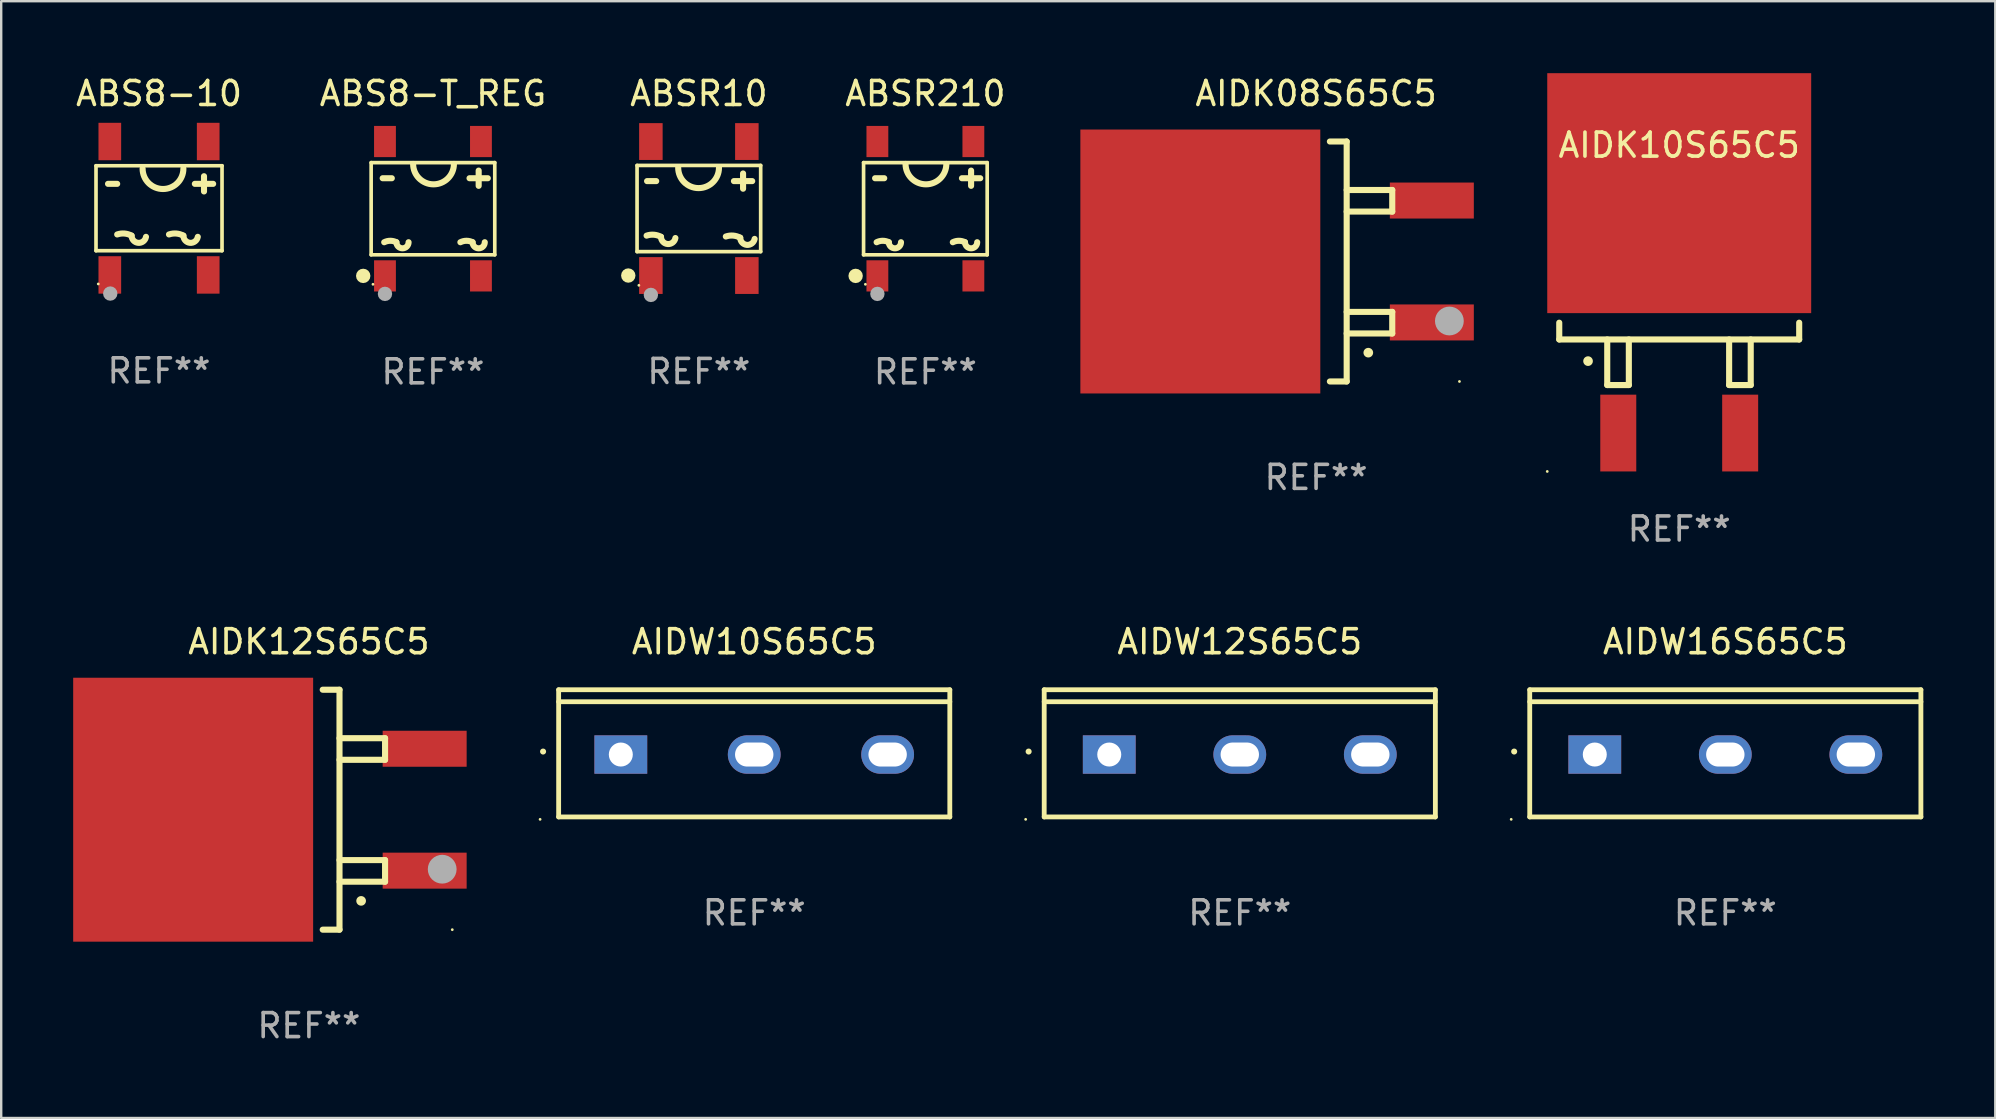
<source format=kicad_pcb>
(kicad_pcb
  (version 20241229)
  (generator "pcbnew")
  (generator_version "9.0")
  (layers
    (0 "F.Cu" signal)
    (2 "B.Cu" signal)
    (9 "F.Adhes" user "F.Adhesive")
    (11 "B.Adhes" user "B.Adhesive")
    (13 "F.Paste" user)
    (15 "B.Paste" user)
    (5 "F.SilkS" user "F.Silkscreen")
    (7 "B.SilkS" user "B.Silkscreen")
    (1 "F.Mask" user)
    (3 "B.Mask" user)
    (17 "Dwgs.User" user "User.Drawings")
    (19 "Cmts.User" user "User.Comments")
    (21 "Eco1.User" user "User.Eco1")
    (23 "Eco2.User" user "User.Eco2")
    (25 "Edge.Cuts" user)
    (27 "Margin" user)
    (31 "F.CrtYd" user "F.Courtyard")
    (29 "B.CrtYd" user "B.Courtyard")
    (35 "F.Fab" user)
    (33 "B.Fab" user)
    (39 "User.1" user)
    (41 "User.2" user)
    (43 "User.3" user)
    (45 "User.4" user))
  (footprint "AIDW12S65C5"
    (layer "F.Cu")
    (at 48.619 28.346)
    (property "Reference" "AIDW12S65C5" (at 0 -4.65 0) (layer "F.SilkS") (effects (font (size 1 1) (thickness 0.15))))
    (attr through_hole)
    (fp_line (start -8.151 -2.65) (end -8.151 2.65) (stroke (width 0.201) (type solid)) (layer "F.SilkS"))
    (fp_line (start 8.151 -2.65) (end -8.151 -2.65) (stroke (width 0.201) (type solid)) (layer "F.SilkS"))
    (fp_line (start 8.151 -2.15) (end -8.151 -2.15) (stroke (width 0.201) (type solid)) (layer "F.SilkS"))
    (fp_line (start 8.151 2.65) (end -8.151 2.65) (stroke (width 0.201) (type solid)) (layer "F.SilkS"))
    (fp_line (start 8.151 2.65) (end 8.151 -2.65) (stroke (width 0.201) (type solid)) (layer "F.SilkS"))
    (fp_arc (start -8.801118 -0.074943) (mid -8.799848 -0.074949) (end -8.798578 -0.074943) (stroke (width 0.24892) (type solid)) (layer "F.SilkS"))
    (fp_circle (center -8.924 2.751) (end -8.894 2.751) (stroke (width 0.06) (type solid)) (fill no) (layer "F.SilkS"))
    (fp_text user "REF**" (at 0 6.65 0) (layer "F.Fab") (effects (font (size 1 1) (thickness 0.15))))
    (pad "1" thru_hole rect (at -5.44 0.05 90) (size 1.6 2.2) (drill 1) (layers "*.Cu" "*.Mask"))
    (pad "2" thru_hole oval (at 0 0.05 90) (size 1.6 2.2) (drill oval 1 1.6) (layers "*.Cu" "*.Mask"))
    (pad "3" thru_hole oval (at 5.44 0.05 90) (size 1.6 2.2) (drill oval 1 1.6) (layers "*.Cu" "*.Mask")))
  (footprint "ABSR10"
    (layer "F.Cu")
    (at 26.076 5.641)
    (property "Reference" "ABSR10" (at 0 -4.792 0) (layer "F.SilkS") (effects (font (size 1 1) (thickness 0.15))))
    (attr through_hole)
    (fp_line (start -2.576 -1.796) (end 2.576 -1.796) (stroke (width 0.152) (type solid)) (layer "F.SilkS"))
    (fp_line (start -2.576 1.796) (end -2.576 -1.796) (stroke (width 0.152) (type solid)) (layer "F.SilkS"))
    (fp_line (start -2.159 -1.143) (end -1.778 -1.143) (stroke (width 0.254) (type solid)) (layer "F.SilkS"))
    (fp_line (start 1.461 -1.143) (end 2.223 -1.143) (stroke (width 0.254) (type solid)) (layer "F.SilkS"))
    (fp_line (start 1.842 -1.461) (end 1.842 -0.826) (stroke (width 0.254) (type solid)) (layer "F.SilkS"))
    (fp_line (start 2.576 -1.796) (end 2.576 1.796) (stroke (width 0.152) (type solid)) (layer "F.SilkS"))
    (fp_line (start 2.576 1.796) (end -2.576 1.796) (stroke (width 0.152) (type solid)) (layer "F.SilkS"))
    (fp_arc (start -2.178512 1.129235) (mid -1.873206 1.091274) (end -1.57841 1.179298) (stroke (width 0.254001) (type solid)) (layer "F.SilkS"))
    (fp_arc (start -0.978435 1.229286) (mid -1.301335 1.479299) (end -1.578411 1.179299) (stroke (width 0.254001) (type solid)) (layer "F.SilkS"))
    (fp_arc (start 0.838202 -1.701803) (mid -0.011824 -0.851917) (end -0.86185 -1.701804) (stroke (width 0.254001) (type solid)) (layer "F.SilkS"))
    (fp_arc (start 1.12347 1.165507) (mid 1.428776 1.127546) (end 1.723571 1.21557) (stroke (width 0.254001) (type solid)) (layer "F.SilkS"))
    (fp_arc (start 2.323546 1.265558) (mid 2.000646 1.515571) (end 1.72357 1.215571) (stroke (width 0.254001) (type solid)) (layer "F.SilkS"))
    (fp_circle (center -2.942 2.792) (end -2.792 2.792) (stroke (width 0.3) (type solid)) (fill no) (layer "F.SilkS"))
    (fp_circle (center -2.5 3.2) (end -2.47 3.2) (stroke (width 0.06) (type solid)) (fill no) (layer "F.SilkS"))
    (fp_circle (center -2 3.6) (end -1.85 3.6) (stroke (width 0.3) (type solid)) (fill no) (layer "F.Fab"))
    (fp_text user "REF**" (at 0 6.792 0) (layer "F.Fab") (effects (font (size 1 1) (thickness 0.15))))
    (pad "1" smd rect (at -2 2.792 180) (size 0.98 1.535) (layers "F.Cu" "F.Mask" "F.Paste"))
    (pad "2" smd rect (at 2 2.792 180) (size 0.98 1.535) (layers "F.Cu" "F.Mask" "F.Paste"))
    (pad "3" smd rect (at 2 -2.792 180) (size 0.98 1.535) (layers "F.Cu" "F.Mask" "F.Paste"))
    (pad "4" smd rect (at -2 -2.792 180) (size 0.98 1.535) (layers "F.Cu" "F.Mask" "F.Paste")))
  (footprint "ABSR210"
    (layer "F.Cu")
    (at 35.516 5.648)
    (property "Reference" "ABSR210" (at 0 -4.8 0) (layer "F.SilkS") (effects (font (size 1 1) (thickness 0.15))))
    (attr through_hole)
    (fp_line (start -2.576 -1.921) (end 2.576 -1.921) (stroke (width 0.152) (type solid)) (layer "F.SilkS"))
    (fp_line (start -2.576 1.921) (end -2.576 -1.921) (stroke (width 0.152) (type solid)) (layer "F.SilkS"))
    (fp_line (start -2.096 -1.27) (end -1.715 -1.27) (stroke (width 0.254) (type solid)) (layer "F.SilkS"))
    (fp_line (start 1.524 -1.27) (end 2.286 -1.27) (stroke (width 0.254) (type solid)) (layer "F.SilkS"))
    (fp_line (start 1.905 -1.588) (end 1.905 -0.953) (stroke (width 0.254) (type solid)) (layer "F.SilkS"))
    (fp_line (start 2.576 -1.921) (end 2.576 1.921) (stroke (width 0.152) (type solid)) (layer "F.SilkS"))
    (fp_line (start 2.576 1.921) (end -2.576 1.921) (stroke (width 0.152) (type solid)) (layer "F.SilkS"))
    (fp_arc (start -2.032004 1.397003) (mid -1.778004 1.337042) (end -1.524003 1.397003) (stroke (width 0.254001) (type solid)) (layer "F.SilkS"))
    (fp_arc (start -1.016002 1.397003) (mid -1.270003 1.651004) (end -1.524004 1.397003) (stroke (width 0.254001) (type solid)) (layer "F.SilkS"))
    (fp_arc (start 0.873381 -1.86571) (mid 0.023355 -1.015824) (end -0.826671 -1.865711) (stroke (width 0.254001) (type solid)) (layer "F.SilkS"))
    (fp_arc (start 1.143002 1.397003) (mid 1.397003 1.337041) (end 1.651003 1.397003) (stroke (width 0.254001) (type solid)) (layer "F.SilkS"))
    (fp_arc (start 2.159004 1.397003) (mid 1.905004 1.651003) (end 1.651004 1.397003) (stroke (width 0.254001) (type solid)) (layer "F.SilkS"))
    (fp_circle (center -2.907 2.8) (end -2.757 2.8) (stroke (width 0.3) (type solid)) (fill no) (layer "F.SilkS"))
    (fp_circle (center -2.5 3.15) (end -2.47 3.15) (stroke (width 0.06) (type solid)) (fill no) (layer "F.SilkS"))
    (fp_circle (center -2 3.55) (end -1.85 3.55) (stroke (width 0.3) (type solid)) (fill no) (layer "F.Fab"))
    (fp_text user "REF**" (at 0 6.8 0) (layer "F.Fab") (effects (font (size 1 1) (thickness 0.15))))
    (pad "1" smd rect (at -2 2.8) (size 0.91 1.3) (layers "F.Cu" "F.Mask" "F.Paste"))
    (pad "2" smd rect (at 2 2.8) (size 0.91 1.3) (layers "F.Cu" "F.Mask" "F.Paste"))
    (pad "3" smd rect (at 2 -2.8) (size 0.91 1.3) (layers "F.Cu" "F.Mask" "F.Paste"))
    (pad "4" smd rect (at -2 -2.8) (size 0.91 1.3) (layers "F.Cu" "F.Mask" "F.Paste")))
  (footprint "AIDK08S65C5"
    (layer "F.Cu")
    (at 51.799 7.848)
    (property "Reference" "AIDK08S65C5" (at 0 -7 0) (layer "F.SilkS") (effects (font (size 1 1) (thickness 0.15))))
    (attr through_hole)
    (fp_line (start 0.575 -5) (end 1.275 -5) (stroke (width 0.254) (type solid)) (layer "F.SilkS"))
    (fp_line (start 1.275 -5) (end 1.275 5) (stroke (width 0.254) (type solid)) (layer "F.SilkS"))
    (fp_line (start 1.275 -2.08) (end 3.174 -2.08) (stroke (width 0.254) (type solid)) (layer "F.SilkS"))
    (fp_line (start 1.275 3) (end 3.174 3) (stroke (width 0.254) (type solid)) (layer "F.SilkS"))
    (fp_line (start 1.275 5) (end 0.575 5) (stroke (width 0.254) (type solid)) (layer "F.SilkS"))
    (fp_line (start 3.174 -2.98) (end 1.275 -2.98) (stroke (width 0.254) (type solid)) (layer "F.SilkS"))
    (fp_line (start 3.174 -2.08) (end 3.174 -2.98) (stroke (width 0.254) (type solid)) (layer "F.SilkS"))
    (fp_line (start 3.174 2.1) (end 1.275 2.1) (stroke (width 0.254) (type solid)) (layer "F.SilkS"))
    (fp_line (start 3.174 3) (end 3.174 2.1) (stroke (width 0.254) (type solid)) (layer "F.SilkS"))
    (fp_arc (start 2.174727 3.799835) (mid 2.175997 3.799831) (end 2.177267 3.799835) (stroke (width 0.4) (type solid)) (layer "F.SilkS"))
    (fp_circle (center 5.975 5) (end 6.005 5) (stroke (width 0.06) (type solid)) (fill no) (layer "F.SilkS"))
    (fp_circle (center 5.555 2.48) (end 5.855 2.48) (stroke (width 0.6) (type solid)) (fill no) (layer "F.Fab"))
    (fp_text user "REF**" (at 0 9 0) (layer "F.Fab") (effects (font (size 1 1) (thickness 0.15))))
    (pad "1" smd rect (at 4.824 2.54 270) (size 1.5 3.5) (layers "F.Cu" "F.Mask" "F.Paste"))
    (pad "3" smd rect (at 4.824 -2.54 270) (size 1.5 3.5) (layers "F.Cu" "F.Mask" "F.Paste"))
    (pad "4" smd rect (at -4.824 0.000089 270) (size 11 10) (layers "F.Cu" "F.Mask" "F.Paste")))
  (footprint "AIDW10S65C5"
    (layer "F.Cu")
    (at 28.383 28.346)
    (property "Reference" "AIDW10S65C5" (at 0 -4.65 0) (layer "F.SilkS") (effects (font (size 1 1) (thickness 0.15))))
    (attr through_hole)
    (fp_line (start -8.151 -2.65) (end -8.151 2.65) (stroke (width 0.201) (type solid)) (layer "F.SilkS"))
    (fp_line (start 8.151 -2.65) (end -8.151 -2.65) (stroke (width 0.201) (type solid)) (layer "F.SilkS"))
    (fp_line (start 8.151 -2.15) (end -8.151 -2.15) (stroke (width 0.201) (type solid)) (layer "F.SilkS"))
    (fp_line (start 8.151 2.65) (end -8.151 2.65) (stroke (width 0.201) (type solid)) (layer "F.SilkS"))
    (fp_line (start 8.151 2.65) (end 8.151 -2.65) (stroke (width 0.201) (type solid)) (layer "F.SilkS"))
    (fp_arc (start -8.801118 -0.074943) (mid -8.799848 -0.074949) (end -8.798578 -0.074943) (stroke (width 0.24892) (type solid)) (layer "F.SilkS"))
    (fp_circle (center -8.924 2.751) (end -8.894 2.751) (stroke (width 0.06) (type solid)) (fill no) (layer "F.SilkS"))
    (fp_text user "REF**" (at 0 6.65 0) (layer "F.Fab") (effects (font (size 1 1) (thickness 0.15))))
    (pad "1" thru_hole rect (at -5.56 0.05 90) (size 1.6 2.2) (drill 1) (layers "*.Cu" "*.Mask"))
    (pad "2" thru_hole oval (at 0 0.05 90) (size 1.6 2.2) (drill oval 1 1.6) (layers "*.Cu" "*.Mask"))
    (pad "3" thru_hole oval (at 5.56 0.05 90) (size 1.6 2.2) (drill oval 1 1.6) (layers "*.Cu" "*.Mask")))
  (footprint "ABS8-10"
    (layer "F.Cu")
    (at 3.577 5.628)
    (property "Reference" "ABS8-10" (at 0 -4.78 0) (layer "F.SilkS") (effects (font (size 1 1) (thickness 0.15))))
    (attr through_hole)
    (fp_line (start -2.626 -1.771) (end 2.626 -1.771) (stroke (width 0.152) (type solid)) (layer "F.SilkS"))
    (fp_line (start -2.626 1.771) (end -2.626 -1.771) (stroke (width 0.152) (type solid)) (layer "F.SilkS"))
    (fp_line (start -2.125 -1.016) (end -1.744 -1.016) (stroke (width 0.254) (type solid)) (layer "F.SilkS"))
    (fp_line (start 1.494 -1.016) (end 2.256 -1.016) (stroke (width 0.254) (type solid)) (layer "F.SilkS"))
    (fp_line (start 1.875 -1.334) (end 1.875 -0.699) (stroke (width 0.254) (type solid)) (layer "F.SilkS"))
    (fp_line (start 2.626 -1.771) (end 2.626 1.771) (stroke (width 0.152) (type solid)) (layer "F.SilkS"))
    (fp_line (start 2.626 1.771) (end -2.626 1.771) (stroke (width 0.152) (type solid)) (layer "F.SilkS"))
    (fp_arc (start -1.74304 1.092786) (mid -1.437734 1.054825) (end -1.142938 1.14285) (stroke (width 0.254001) (type solid)) (layer "F.SilkS"))
    (fp_arc (start -0.542964 1.192837) (mid -0.865864 1.44285) (end -1.14294 1.14285) (stroke (width 0.254001) (type solid)) (layer "F.SilkS"))
    (fp_arc (start 0.415964 1.092786) (mid 0.72127 1.054825) (end 1.016066 1.14285) (stroke (width 0.254001) (type solid)) (layer "F.SilkS"))
    (fp_arc (start 1.016015 -1.651003) (mid 0.165989 -0.801117) (end -0.684037 -1.651004) (stroke (width 0.254001) (type solid)) (layer "F.SilkS"))
    (fp_arc (start 1.61604 1.192837) (mid 1.293141 1.442849) (end 1.016066 1.14285) (stroke (width 0.254001) (type solid)) (layer "F.SilkS"))
    (fp_circle (center -2.532 3.156) (end -2.502 3.156) (stroke (width 0.06) (type solid)) (fill no) (layer "F.SilkS"))
    (fp_circle (center -2.032 3.556) (end -1.882 3.556) (stroke (width 0.3) (type solid)) (fill no) (layer "F.Fab"))
    (fp_text user "REF**" (at 0 6.78 0) (layer "F.Fab") (effects (font (size 1 1) (thickness 0.15))))
    (pad "1" smd rect (at -2.05 2.78 180) (size 0.945 1.56) (layers "F.Cu" "F.Mask" "F.Paste"))
    (pad "2" smd rect (at 2.05 2.78 180) (size 0.945 1.56) (layers "F.Cu" "F.Mask" "F.Paste"))
    (pad "3" smd rect (at 2.05 -2.78 180) (size 0.945 1.56) (layers "F.Cu" "F.Mask" "F.Paste"))
    (pad "4" smd rect (at -2.05 -2.78 180) (size 0.945 1.56) (layers "F.Cu" "F.Mask" "F.Paste")))
  (footprint "AIDK12S65C5"
    (layer "F.Cu")
    (at 9.824 30.695)
    (property "Reference" "AIDK12S65C5" (at 0 -7 0) (layer "F.SilkS") (effects (font (size 1 1) (thickness 0.15))))
    (attr through_hole)
    (fp_line (start 0.575 -5) (end 1.275 -5) (stroke (width 0.254) (type solid)) (layer "F.SilkS"))
    (fp_line (start 1.275 -5) (end 1.275 5) (stroke (width 0.254) (type solid)) (layer "F.SilkS"))
    (fp_line (start 1.275 -2.08) (end 3.174 -2.08) (stroke (width 0.254) (type solid)) (layer "F.SilkS"))
    (fp_line (start 1.275 3) (end 3.174 3) (stroke (width 0.254) (type solid)) (layer "F.SilkS"))
    (fp_line (start 1.275 5) (end 0.575 5) (stroke (width 0.254) (type solid)) (layer "F.SilkS"))
    (fp_line (start 3.174 -2.98) (end 1.275 -2.98) (stroke (width 0.254) (type solid)) (layer "F.SilkS"))
    (fp_line (start 3.174 -2.08) (end 3.174 -2.98) (stroke (width 0.254) (type solid)) (layer "F.SilkS"))
    (fp_line (start 3.174 2.1) (end 1.275 2.1) (stroke (width 0.254) (type solid)) (layer "F.SilkS"))
    (fp_line (start 3.174 3) (end 3.174 2.1) (stroke (width 0.254) (type solid)) (layer "F.SilkS"))
    (fp_arc (start 2.174727 3.799835) (mid 2.175997 3.799831) (end 2.177267 3.799835) (stroke (width 0.4) (type solid)) (layer "F.SilkS"))
    (fp_circle (center 5.975 5) (end 6.005 5) (stroke (width 0.06) (type solid)) (fill no) (layer "F.SilkS"))
    (fp_circle (center 5.555 2.48) (end 5.855 2.48) (stroke (width 0.6) (type solid)) (fill no) (layer "F.Fab"))
    (fp_text user "REF**" (at 0 9 0) (layer "F.Fab") (effects (font (size 1 1) (thickness 0.15))))
    (pad "1" smd rect (at 4.824 2.54 270) (size 1.5 3.5) (layers "F.Cu" "F.Mask" "F.Paste"))
    (pad "3" smd rect (at 4.824 -2.54 270) (size 1.5 3.5) (layers "F.Cu" "F.Mask" "F.Paste"))
    (pad "4" smd rect (at -4.824 0.000089 270) (size 11 10) (layers "F.Cu" "F.Mask" "F.Paste")))
  (footprint "ABS8-T_REG"
    (layer "F.Cu")
    (at 14.994 5.648)
    (property "Reference" "ABS8-T_REG" (at 0 -4.8 0) (layer "F.SilkS") (effects (font (size 1 1) (thickness 0.15))))
    (attr through_hole)
    (fp_line (start -2.576 -1.921) (end 2.576 -1.921) (stroke (width 0.152) (type solid)) (layer "F.SilkS"))
    (fp_line (start -2.576 1.921) (end -2.576 -1.921) (stroke (width 0.152) (type solid)) (layer "F.SilkS"))
    (fp_line (start -2.096 -1.27) (end -1.715 -1.27) (stroke (width 0.254) (type solid)) (layer "F.SilkS"))
    (fp_line (start 1.524 -1.27) (end 2.286 -1.27) (stroke (width 0.254) (type solid)) (layer "F.SilkS"))
    (fp_line (start 1.905 -1.588) (end 1.905 -0.953) (stroke (width 0.254) (type solid)) (layer "F.SilkS"))
    (fp_line (start 2.576 -1.921) (end 2.576 1.921) (stroke (width 0.152) (type solid)) (layer "F.SilkS"))
    (fp_line (start 2.576 1.921) (end -2.576 1.921) (stroke (width 0.152) (type solid)) (layer "F.SilkS"))
    (fp_arc (start -2.032004 1.397003) (mid -1.778004 1.337042) (end -1.524003 1.397003) (stroke (width 0.254001) (type solid)) (layer "F.SilkS"))
    (fp_arc (start -1.016002 1.397003) (mid -1.270003 1.651004) (end -1.524004 1.397003) (stroke (width 0.254001) (type solid)) (layer "F.SilkS"))
    (fp_arc (start 0.873381 -1.86571) (mid 0.023355 -1.015824) (end -0.826671 -1.865711) (stroke (width 0.254001) (type solid)) (layer "F.SilkS"))
    (fp_arc (start 1.143002 1.397003) (mid 1.397003 1.337041) (end 1.651003 1.397003) (stroke (width 0.254001) (type solid)) (layer "F.SilkS"))
    (fp_arc (start 2.159004 1.397003) (mid 1.905004 1.651003) (end 1.651004 1.397003) (stroke (width 0.254001) (type solid)) (layer "F.SilkS"))
    (fp_circle (center -2.907 2.8) (end -2.757 2.8) (stroke (width 0.3) (type solid)) (fill no) (layer "F.SilkS"))
    (fp_circle (center -2.5 3.15) (end -2.47 3.15) (stroke (width 0.06) (type solid)) (fill no) (layer "F.SilkS"))
    (fp_circle (center -2 3.55) (end -1.85 3.55) (stroke (width 0.3) (type solid)) (fill no) (layer "F.Fab"))
    (fp_text user "REF**" (at 0 6.8 0) (layer "F.Fab") (effects (font (size 1 1) (thickness 0.15))))
    (pad "1" smd rect (at -2 2.8) (size 0.91 1.3) (layers "F.Cu" "F.Mask" "F.Paste"))
    (pad "2" smd rect (at 2 2.8) (size 0.91 1.3) (layers "F.Cu" "F.Mask" "F.Paste"))
    (pad "3" smd rect (at 2 -2.8) (size 0.91 1.3) (layers "F.Cu" "F.Mask" "F.Paste"))
    (pad "4" smd rect (at -2 -2.8) (size 0.91 1.3) (layers "F.Cu" "F.Mask" "F.Paste")))
  (footprint "AIDK10S65C5"
    (layer "F.Cu")
    (at 66.933 9.999)
    (property "Reference" "AIDK10S65C5" (at 0 -6.999 0) (layer "F.SilkS") (effects (font (size 1 1) (thickness 0.15))))
    (attr through_hole)
    (fp_line (start -5 1.099) (end -5 0.399) (stroke (width 0.254) (type solid)) (layer "F.SilkS"))
    (fp_line (start -3 1.099) (end -3 2.999) (stroke (width 0.254) (type solid)) (layer "F.SilkS"))
    (fp_line (start -3 2.999) (end -2.1 2.999) (stroke (width 0.254) (type solid)) (layer "F.SilkS"))
    (fp_line (start -2.1 2.999) (end -2.1 1.099) (stroke (width 0.254) (type solid)) (layer "F.SilkS"))
    (fp_line (start 2.08 1.099) (end 2.08 2.999) (stroke (width 0.254) (type solid)) (layer "F.SilkS"))
    (fp_line (start 2.08 2.999) (end 2.98 2.999) (stroke (width 0.254) (type solid)) (layer "F.SilkS"))
    (fp_line (start 2.98 2.999) (end 2.98 1.099) (stroke (width 0.254) (type solid)) (layer "F.SilkS"))
    (fp_line (start 5 0.399) (end 5 1.099) (stroke (width 0.254) (type solid)) (layer "F.SilkS"))
    (fp_line (start 5 1.099) (end -5 1.099) (stroke (width 0.254) (type solid)) (layer "F.SilkS"))
    (fp_arc (start -3.799835 2.002159) (mid -3.799839 2.000889) (end -3.799835 1.999619) (stroke (width 0.4) (type solid)) (layer "F.SilkS"))
    (fp_circle (center -5.5 6.599) (end -5.47 6.599) (stroke (width 0.06) (type solid)) (fill no) (layer "F.SilkS"))
    (fp_text user "REF**" (at 0 8.999 0) (layer "F.Fab") (effects (font (size 1 1) (thickness 0.15))))
    (pad "1" smd rect (at -2.54 4.999 180) (size 1.5 3.2) (layers "F.Cu" "F.Mask" "F.Paste"))
    (pad "2" smd rect (at 0.000013 -4.999 180) (size 11 10) (layers "F.Cu" "F.Mask" "F.Paste"))
    (pad "3" smd rect (at 2.54 4.999 180) (size 1.5 3.2) (layers "F.Cu" "F.Mask" "F.Paste")))
  (footprint "AIDW16S65C5"
    (layer "F.Cu")
    (at 68.854 28.346)
    (property "Reference" "AIDW16S65C5" (at 0 -4.65 0) (layer "F.SilkS") (effects (font (size 1 1) (thickness 0.15))))
    (attr through_hole)
    (fp_line (start -8.151 -2.65) (end -8.151 2.65) (stroke (width 0.201) (type solid)) (layer "F.SilkS"))
    (fp_line (start 8.151 -2.65) (end -8.151 -2.65) (stroke (width 0.201) (type solid)) (layer "F.SilkS"))
    (fp_line (start 8.151 -2.15) (end -8.151 -2.15) (stroke (width 0.201) (type solid)) (layer "F.SilkS"))
    (fp_line (start 8.151 2.65) (end -8.151 2.65) (stroke (width 0.201) (type solid)) (layer "F.SilkS"))
    (fp_line (start 8.151 2.65) (end 8.151 -2.65) (stroke (width 0.201) (type solid)) (layer "F.SilkS"))
    (fp_arc (start -8.801118 -0.074943) (mid -8.799848 -0.074949) (end -8.798578 -0.074943) (stroke (width 0.24892) (type solid)) (layer "F.SilkS"))
    (fp_circle (center -8.924 2.751) (end -8.894 2.751) (stroke (width 0.06) (type solid)) (fill no) (layer "F.SilkS"))
    (fp_text user "REF**" (at 0 6.65 0) (layer "F.Fab") (effects (font (size 1 1) (thickness 0.15))))
    (pad "1" thru_hole rect (at -5.44 0.05 90) (size 1.6 2.2) (drill 1) (layers "*.Cu" "*.Mask"))
    (pad "2" thru_hole oval (at 0 0.05 90) (size 1.6 2.2) (drill oval 1 1.6) (layers "*.Cu" "*.Mask"))
    (pad "3" thru_hole oval (at 5.44 0.05 90) (size 1.6 2.2) (drill oval 1 1.6) (layers "*.Cu" "*.Mask")))
  (gr_rect
    (start -3 -3)
    (end 80.105 43.544)
    (stroke (width 0.1) (type default))
    (fill no)
    (layer "Edge.Cuts")))
</source>
